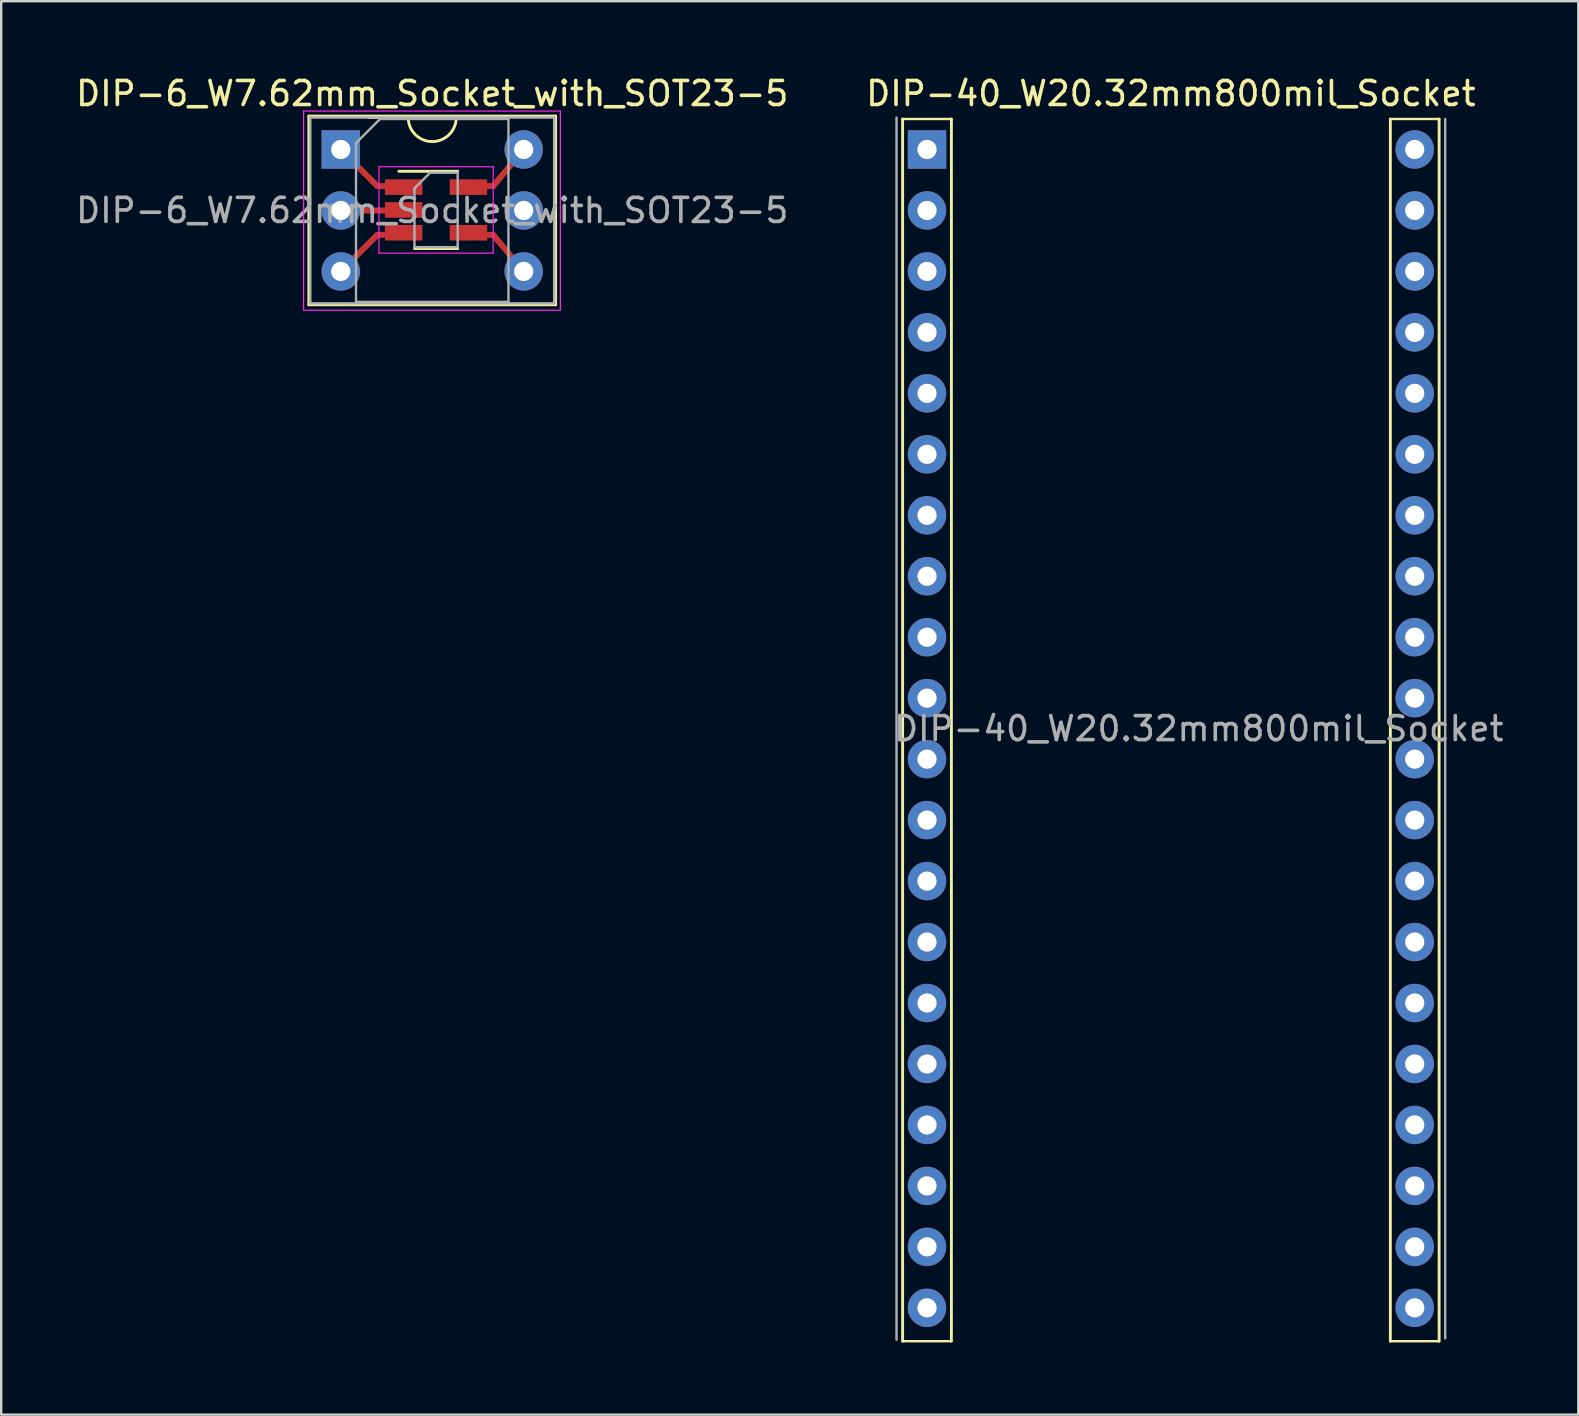
<source format=kicad_pcb>
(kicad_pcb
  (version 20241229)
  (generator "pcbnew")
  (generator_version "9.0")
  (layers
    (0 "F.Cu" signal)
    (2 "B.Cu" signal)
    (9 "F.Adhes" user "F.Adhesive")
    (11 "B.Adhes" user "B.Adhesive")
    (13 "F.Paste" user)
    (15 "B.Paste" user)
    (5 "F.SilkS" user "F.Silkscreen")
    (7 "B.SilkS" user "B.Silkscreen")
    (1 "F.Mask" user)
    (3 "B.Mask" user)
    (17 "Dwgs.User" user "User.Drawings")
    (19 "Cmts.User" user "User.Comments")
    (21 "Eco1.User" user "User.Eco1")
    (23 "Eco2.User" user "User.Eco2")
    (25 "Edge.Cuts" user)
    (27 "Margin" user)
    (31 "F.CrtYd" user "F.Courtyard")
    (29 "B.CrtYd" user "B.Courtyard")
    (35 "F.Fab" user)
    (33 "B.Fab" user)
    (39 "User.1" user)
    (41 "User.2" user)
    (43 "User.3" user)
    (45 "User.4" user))
  (footprint "DIP-6_W7.62mm_Socket_with_SOT23-5"
    (layer "F.Cu")
    (at 11.148 3.178)
    (property "Reference" "DIP-6_W7.62mm_Socket_with_SOT23-5" (at 3.81 -2.33 0) (layer "F.SilkS") (effects (font (size 1 1) (thickness 0.15))))
    (attr through_hole)
    (fp_line (start 0 0) (end 1.524 1.524) (stroke (width 0.25) (type default)) (layer "F.Cu"))
    (fp_line (start 0 2.54) (end 2.54 2.54) (stroke (width 0.25) (type default)) (layer "F.Cu"))
    (fp_line (start 0 5.08) (end 1.524 3.556) (stroke (width 0.25) (type default)) (layer "F.Cu"))
    (fp_line (start 1.524 1.524) (end 2.54 1.524) (stroke (width 0.25) (type default)) (layer "F.Cu"))
    (fp_line (start 1.524 3.556) (end 2.54 3.556) (stroke (width 0.25) (type default)) (layer "F.Cu"))
    (fp_line (start 5.08 1.524) (end 6.35 1.524) (stroke (width 0.25) (type default)) (layer "F.Cu"))
    (fp_line (start 5.08 3.556) (end 6.35 3.556) (stroke (width 0.25) (type default)) (layer "F.Cu"))
    (fp_line (start 6.35 1.524) (end 7.62 0) (stroke (width 0.25) (type default)) (layer "F.Cu"))
    (fp_line (start 6.35 3.556) (end 7.62 5.08) (stroke (width 0.25) (type default)) (layer "F.Cu"))
    (fp_line (start -1.33 -1.39) (end -1.33 6.47) (stroke (width 0.12) (type solid)) (layer "F.SilkS"))
    (fp_line (start -1.33 6.47) (end 8.95 6.47) (stroke (width 0.12) (type solid)) (layer "F.SilkS"))
    (fp_line (start 1.16 6.41) (end 6.46 6.41) (stroke (width 0.12) (type solid)) (layer "F.SilkS"))
    (fp_line (start 2.81 -1.33) (end 1.16 -1.33) (stroke (width 0.12) (type solid)) (layer "F.SilkS"))
    (fp_line (start 3.07 4.128) (end 4.87 4.128) (stroke (width 0.12) (type solid)) (layer "F.SilkS"))
    (fp_line (start 4.87 0.908) (end 2.42 0.908) (stroke (width 0.12) (type solid)) (layer "F.SilkS"))
    (fp_line (start 6.46 -1.33) (end 4.81 -1.33) (stroke (width 0.12) (type solid)) (layer "F.SilkS"))
    (fp_line (start 8.95 -1.39) (end -1.33 -1.39) (stroke (width 0.12) (type solid)) (layer "F.SilkS"))
    (fp_line (start 8.95 6.47) (end 8.95 -1.39) (stroke (width 0.12) (type solid)) (layer "F.SilkS"))
    (fp_arc (start 4.81 -1.33) (mid 3.81 -0.33) (end 2.81 -1.33) (stroke (width 0.12) (type solid)) (layer "F.SilkS"))
    (fp_line (start -1.55 -1.6) (end -1.55 6.7) (stroke (width 0.05) (type solid)) (layer "F.CrtYd"))
    (fp_line (start -1.55 6.7) (end 9.15 6.7) (stroke (width 0.05) (type solid)) (layer "F.CrtYd"))
    (fp_line (start 1.59 0.718) (end 1.59 4.318) (stroke (width 0.05) (type solid)) (layer "F.CrtYd"))
    (fp_line (start 1.59 0.718) (end 6.35 0.718) (stroke (width 0.05) (type solid)) (layer "F.CrtYd"))
    (fp_line (start 6.35 4.318) (end 1.59 4.318) (stroke (width 0.05) (type solid)) (layer "F.CrtYd"))
    (fp_line (start 6.35 4.318) (end 6.35 0.718) (stroke (width 0.05) (type solid)) (layer "F.CrtYd"))
    (fp_line (start 9.15 -1.6) (end -1.55 -1.6) (stroke (width 0.05) (type solid)) (layer "F.CrtYd"))
    (fp_line (start 9.15 6.7) (end 9.15 -1.6) (stroke (width 0.05) (type solid)) (layer "F.CrtYd"))
    (fp_line (start -1.27 -1.33) (end -1.27 6.41) (stroke (width 0.1) (type solid)) (layer "F.Fab"))
    (fp_line (start -1.27 6.41) (end 8.89 6.41) (stroke (width 0.1) (type solid)) (layer "F.Fab"))
    (fp_line (start 0.635 -0.27) (end 1.635 -1.27) (stroke (width 0.1) (type solid)) (layer "F.Fab"))
    (fp_line (start 0.635 6.35) (end 0.635 -0.27) (stroke (width 0.1) (type solid)) (layer "F.Fab"))
    (fp_line (start 1.635 -1.27) (end 6.985 -1.27) (stroke (width 0.1) (type solid)) (layer "F.Fab"))
    (fp_line (start 3.07 1.618) (end 3.07 4.068) (stroke (width 0.1) (type solid)) (layer "F.Fab"))
    (fp_line (start 3.07 1.618) (end 3.72 0.968) (stroke (width 0.1) (type solid)) (layer "F.Fab"))
    (fp_line (start 4.87 0.968) (end 3.72 0.968) (stroke (width 0.1) (type solid)) (layer "F.Fab"))
    (fp_line (start 4.87 0.968) (end 4.87 4.068) (stroke (width 0.1) (type solid)) (layer "F.Fab"))
    (fp_line (start 4.87 4.068) (end 3.07 4.068) (stroke (width 0.1) (type solid)) (layer "F.Fab"))
    (fp_line (start 6.985 -1.27) (end 6.985 6.35) (stroke (width 0.1) (type solid)) (layer "F.Fab"))
    (fp_line (start 6.985 6.35) (end 0.635 6.35) (stroke (width 0.1) (type solid)) (layer "F.Fab"))
    (fp_line (start 8.89 -1.33) (end -1.27 -1.33) (stroke (width 0.1) (type solid)) (layer "F.Fab"))
    (fp_line (start 8.89 6.41) (end 8.89 -1.33) (stroke (width 0.1) (type solid)) (layer "F.Fab"))
    (fp_text user "${REFERENCE}" (at 3.81 2.54 0) (layer "F.Fab") (effects (font (size 1 1) (thickness 0.15))))
    (pad "" thru_hole oval (at 7.62 2.54) (size 1.6 1.6) (drill 0.8) (layers "*.Cu" "*.Mask"))
    (pad "1" thru_hole rect (at 0 0) (size 1.6 1.6) (drill 0.8) (layers "*.Cu" "*.Mask"))
    (pad "1" smd rect (at 2.62 1.568) (size 1.56 0.65) (layers "F.Cu" "F.Mask" "F.Paste"))
    (pad "2" thru_hole oval (at 0 2.54) (size 1.6 1.6) (drill 0.8) (layers "*.Cu" "*.Mask"))
    (pad "2" smd rect (at 2.62 2.518) (size 1.56 0.65) (layers "F.Cu" "F.Mask" "F.Paste"))
    (pad "3" thru_hole oval (at 0 5.08) (size 1.6 1.6) (drill 0.8) (layers "*.Cu" "*.Mask"))
    (pad "3" smd rect (at 2.62 3.468) (size 1.56 0.65) (layers "F.Cu" "F.Mask" "F.Paste"))
    (pad "4" smd rect (at 5.32 3.468) (size 1.56 0.65) (layers "F.Cu" "F.Mask" "F.Paste"))
    (pad "4" thru_hole oval (at 7.62 5.08) (size 1.6 1.6) (drill 0.8) (layers "*.Cu" "*.Mask"))
    (pad "5" smd rect (at 5.32 1.568) (size 1.56 0.65) (layers "F.Cu" "F.Mask" "F.Paste"))
    (pad "5" thru_hole oval (at 7.62 0) (size 1.6 1.6) (drill 0.8) (layers "*.Cu" "*.Mask")))
  (footprint "DIP-40_W20.32mm800mil_Socket"
    (layer "F.Cu")
    (at 35.572 3.178)
    (property "Reference" "DIP-40_W20.32mm800mil_Socket" (at 10.16 -2.33 0) (layer "F.SilkS") (effects (font (size 1 1) (thickness 0.15))))
    (attr through_hole)
    (fp_line (start -1.016 -1.27) (end -1.016 49.65) (stroke (width 0.12) (type solid)) (layer "F.SilkS"))
    (fp_line (start -1.016 -1.27) (end 1.016 -1.27) (stroke (width 0.1) (type default)) (layer "F.SilkS"))
    (fp_line (start -1.016 49.65) (end 1.016 49.65) (stroke (width 0.1) (type default)) (layer "F.SilkS"))
    (fp_line (start 1.016 -1.27) (end 1.016 49.65) (stroke (width 0.12) (type solid)) (layer "F.SilkS"))
    (fp_line (start 19.304 -1.27) (end 19.304 49.65) (stroke (width 0.12) (type solid)) (layer "F.SilkS"))
    (fp_line (start 19.304 -1.27) (end 21.336 -1.27) (stroke (width 0.1) (type default)) (layer "F.SilkS"))
    (fp_line (start 19.304 49.65) (end 21.336 49.65) (stroke (width 0.1) (type default)) (layer "F.SilkS"))
    (fp_line (start 21.336 -1.27) (end 21.336 49.65) (stroke (width 0.12) (type solid)) (layer "F.SilkS"))
    (fp_line (start -1.27 -1.33) (end -1.27 49.59) (stroke (width 0.1) (type solid)) (layer "F.Fab"))
    (fp_line (start 21.59 -1.27) (end 21.59 49.53) (stroke (width 0.1) (type solid)) (layer "F.Fab"))
    (fp_text user "${REFERENCE}" (at 11.32 24.13 0) (layer "F.Fab") (effects (font (size 1 1) (thickness 0.15))))
    (pad "1" thru_hole rect (at 0 0) (size 1.6 1.6) (drill 0.8) (layers "*.Cu" "*.Mask"))
    (pad "2" thru_hole oval (at 0 2.54) (size 1.6 1.6) (drill 0.8) (layers "*.Cu" "*.Mask"))
    (pad "3" thru_hole oval (at 0 5.08) (size 1.6 1.6) (drill 0.8) (layers "*.Cu" "*.Mask"))
    (pad "4" thru_hole oval (at 0 7.62) (size 1.6 1.6) (drill 0.8) (layers "*.Cu" "*.Mask"))
    (pad "5" thru_hole oval (at 0 10.16) (size 1.6 1.6) (drill 0.8) (layers "*.Cu" "*.Mask"))
    (pad "6" thru_hole oval (at 0 12.7) (size 1.6 1.6) (drill 0.8) (layers "*.Cu" "*.Mask"))
    (pad "7" thru_hole oval (at 0 15.24) (size 1.6 1.6) (drill 0.8) (layers "*.Cu" "*.Mask"))
    (pad "8" thru_hole oval (at 0 17.78) (size 1.6 1.6) (drill 0.8) (layers "*.Cu" "*.Mask"))
    (pad "9" thru_hole oval (at 0 20.32) (size 1.6 1.6) (drill 0.8) (layers "*.Cu" "*.Mask"))
    (pad "10" thru_hole oval (at 0 22.86) (size 1.6 1.6) (drill 0.8) (layers "*.Cu" "*.Mask"))
    (pad "11" thru_hole oval (at 0 25.4) (size 1.6 1.6) (drill 0.8) (layers "*.Cu" "*.Mask"))
    (pad "12" thru_hole oval (at 0 27.94) (size 1.6 1.6) (drill 0.8) (layers "*.Cu" "*.Mask"))
    (pad "13" thru_hole oval (at 0 30.48) (size 1.6 1.6) (drill 0.8) (layers "*.Cu" "*.Mask"))
    (pad "14" thru_hole oval (at 0 33.02) (size 1.6 1.6) (drill 0.8) (layers "*.Cu" "*.Mask"))
    (pad "15" thru_hole oval (at 0 35.56) (size 1.6 1.6) (drill 0.8) (layers "*.Cu" "*.Mask"))
    (pad "16" thru_hole oval (at 0 38.1) (size 1.6 1.6) (drill 0.8) (layers "*.Cu" "*.Mask"))
    (pad "17" thru_hole oval (at 0 40.64) (size 1.6 1.6) (drill 0.8) (layers "*.Cu" "*.Mask"))
    (pad "18" thru_hole oval (at 0 43.18) (size 1.6 1.6) (drill 0.8) (layers "*.Cu" "*.Mask"))
    (pad "19" thru_hole oval (at 0 45.72) (size 1.6 1.6) (drill 0.8) (layers "*.Cu" "*.Mask"))
    (pad "20" thru_hole oval (at 0 48.26) (size 1.6 1.6) (drill 0.8) (layers "*.Cu" "*.Mask"))
    (pad "21" thru_hole oval (at 20.32 48.26) (size 1.6 1.6) (drill 0.8) (layers "*.Cu" "*.Mask"))
    (pad "22" thru_hole oval (at 20.32 45.72) (size 1.6 1.6) (drill 0.8) (layers "*.Cu" "*.Mask"))
    (pad "23" thru_hole oval (at 20.32 43.18) (size 1.6 1.6) (drill 0.8) (layers "*.Cu" "*.Mask"))
    (pad "24" thru_hole oval (at 20.32 40.64) (size 1.6 1.6) (drill 0.8) (layers "*.Cu" "*.Mask"))
    (pad "25" thru_hole oval (at 20.32 38.1) (size 1.6 1.6) (drill 0.8) (layers "*.Cu" "*.Mask"))
    (pad "26" thru_hole oval (at 20.32 35.56) (size 1.6 1.6) (drill 0.8) (layers "*.Cu" "*.Mask"))
    (pad "27" thru_hole oval (at 20.32 33.02) (size 1.6 1.6) (drill 0.8) (layers "*.Cu" "*.Mask"))
    (pad "28" thru_hole oval (at 20.32 30.48) (size 1.6 1.6) (drill 0.8) (layers "*.Cu" "*.Mask"))
    (pad "29" thru_hole oval (at 20.32 27.94) (size 1.6 1.6) (drill 0.8) (layers "*.Cu" "*.Mask"))
    (pad "30" thru_hole oval (at 20.32 25.4) (size 1.6 1.6) (drill 0.8) (layers "*.Cu" "*.Mask"))
    (pad "31" thru_hole oval (at 20.32 22.86) (size 1.6 1.6) (drill 0.8) (layers "*.Cu" "*.Mask"))
    (pad "32" thru_hole oval (at 20.32 20.32) (size 1.6 1.6) (drill 0.8) (layers "*.Cu" "*.Mask"))
    (pad "33" thru_hole oval (at 20.32 17.78) (size 1.6 1.6) (drill 0.8) (layers "*.Cu" "*.Mask"))
    (pad "34" thru_hole oval (at 20.32 15.24) (size 1.6 1.6) (drill 0.8) (layers "*.Cu" "*.Mask"))
    (pad "35" thru_hole oval (at 20.32 12.7) (size 1.6 1.6) (drill 0.8) (layers "*.Cu" "*.Mask"))
    (pad "36" thru_hole oval (at 20.32 10.16) (size 1.6 1.6) (drill 0.8) (layers "*.Cu" "*.Mask"))
    (pad "37" thru_hole oval (at 20.32 7.62) (size 1.6 1.6) (drill 0.8) (layers "*.Cu" "*.Mask"))
    (pad "38" thru_hole oval (at 20.32 5.08) (size 1.6 1.6) (drill 0.8) (layers "*.Cu" "*.Mask"))
    (pad "39" thru_hole oval (at 20.32 2.54) (size 1.6 1.6) (drill 0.8) (layers "*.Cu" "*.Mask"))
    (pad "40" thru_hole oval (at 20.32 0) (size 1.6 1.6) (drill 0.8) (layers "*.Cu" "*.Mask")))
  (gr_rect
    (start -3 -3)
    (end 62.708 55.888)
    (stroke (width 0.1) (type default))
    (fill no)
    (layer "Edge.Cuts")))
</source>
